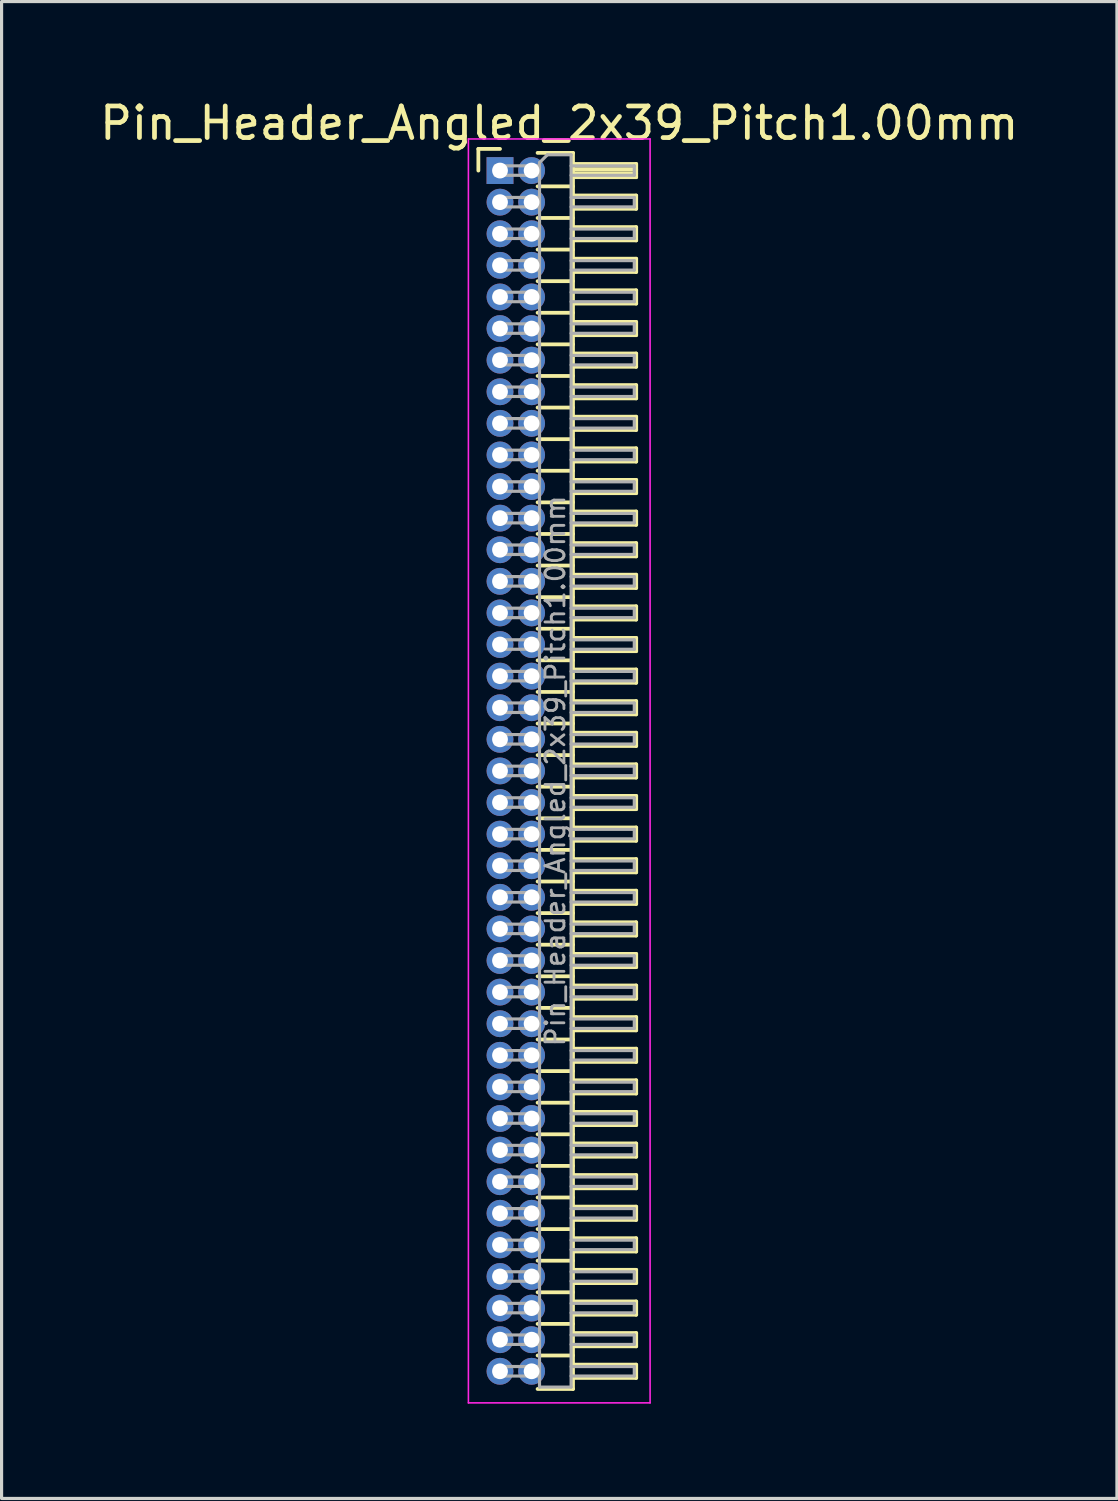
<source format=kicad_pcb>
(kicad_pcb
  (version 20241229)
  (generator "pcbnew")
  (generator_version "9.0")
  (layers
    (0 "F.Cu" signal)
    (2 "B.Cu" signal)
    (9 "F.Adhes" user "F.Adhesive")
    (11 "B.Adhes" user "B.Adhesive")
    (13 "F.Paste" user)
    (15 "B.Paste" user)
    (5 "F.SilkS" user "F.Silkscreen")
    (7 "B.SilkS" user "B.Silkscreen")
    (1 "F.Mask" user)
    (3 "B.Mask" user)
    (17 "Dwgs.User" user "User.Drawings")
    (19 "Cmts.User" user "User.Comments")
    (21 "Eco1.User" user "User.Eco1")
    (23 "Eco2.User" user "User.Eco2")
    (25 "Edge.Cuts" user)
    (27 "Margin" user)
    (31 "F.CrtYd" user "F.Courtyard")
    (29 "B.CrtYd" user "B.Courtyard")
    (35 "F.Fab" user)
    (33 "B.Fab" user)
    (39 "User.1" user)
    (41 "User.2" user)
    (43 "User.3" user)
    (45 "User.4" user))
  (footprint "Pin_Header_Angled_2x39_Pitch1.00mm"
    (layer "F.Cu")
    (at 12.774 2.348)
    (property "Reference" "Pin_Header_Angled_2x39_Pitch1.00mm" (at 1.875 -1.5 0) (layer "F.SilkS") (effects (font (size 1 1) (thickness 0.15))))
    (attr through_hole)
    (fp_line (start -0.685 -0.685) (end 0 -0.685) (stroke (width 0.12) (type solid)) (layer "F.SilkS"))
    (fp_line (start -0.685 0) (end -0.685 -0.685) (stroke (width 0.12) (type solid)) (layer "F.SilkS"))
    (fp_line (start 1.19 -0.56) (end 2.31 -0.56) (stroke (width 0.12) (type solid)) (layer "F.SilkS"))
    (fp_line (start 1.19 0.5) (end 2.31 0.5) (stroke (width 0.12) (type solid)) (layer "F.SilkS"))
    (fp_line (start 1.19 1.5) (end 2.31 1.5) (stroke (width 0.12) (type solid)) (layer "F.SilkS"))
    (fp_line (start 1.19 2.5) (end 2.31 2.5) (stroke (width 0.12) (type solid)) (layer "F.SilkS"))
    (fp_line (start 1.19 3.5) (end 2.31 3.5) (stroke (width 0.12) (type solid)) (layer "F.SilkS"))
    (fp_line (start 1.19 4.5) (end 2.31 4.5) (stroke (width 0.12) (type solid)) (layer "F.SilkS"))
    (fp_line (start 1.19 5.5) (end 2.31 5.5) (stroke (width 0.12) (type solid)) (layer "F.SilkS"))
    (fp_line (start 1.19 6.5) (end 2.31 6.5) (stroke (width 0.12) (type solid)) (layer "F.SilkS"))
    (fp_line (start 1.19 7.5) (end 2.31 7.5) (stroke (width 0.12) (type solid)) (layer "F.SilkS"))
    (fp_line (start 1.19 8.5) (end 2.31 8.5) (stroke (width 0.12) (type solid)) (layer "F.SilkS"))
    (fp_line (start 1.19 9.5) (end 2.31 9.5) (stroke (width 0.12) (type solid)) (layer "F.SilkS"))
    (fp_line (start 1.19 10.5) (end 2.31 10.5) (stroke (width 0.12) (type solid)) (layer "F.SilkS"))
    (fp_line (start 1.19 11.5) (end 2.31 11.5) (stroke (width 0.12) (type solid)) (layer "F.SilkS"))
    (fp_line (start 1.19 12.5) (end 2.31 12.5) (stroke (width 0.12) (type solid)) (layer "F.SilkS"))
    (fp_line (start 1.19 13.5) (end 2.31 13.5) (stroke (width 0.12) (type solid)) (layer "F.SilkS"))
    (fp_line (start 1.19 14.5) (end 2.31 14.5) (stroke (width 0.12) (type solid)) (layer "F.SilkS"))
    (fp_line (start 1.19 15.5) (end 2.31 15.5) (stroke (width 0.12) (type solid)) (layer "F.SilkS"))
    (fp_line (start 1.19 16.5) (end 2.31 16.5) (stroke (width 0.12) (type solid)) (layer "F.SilkS"))
    (fp_line (start 1.19 17.5) (end 2.31 17.5) (stroke (width 0.12) (type solid)) (layer "F.SilkS"))
    (fp_line (start 1.19 18.5) (end 2.31 18.5) (stroke (width 0.12) (type solid)) (layer "F.SilkS"))
    (fp_line (start 1.19 19.5) (end 2.31 19.5) (stroke (width 0.12) (type solid)) (layer "F.SilkS"))
    (fp_line (start 1.19 20.5) (end 2.31 20.5) (stroke (width 0.12) (type solid)) (layer "F.SilkS"))
    (fp_line (start 1.19 21.5) (end 2.31 21.5) (stroke (width 0.12) (type solid)) (layer "F.SilkS"))
    (fp_line (start 1.19 22.5) (end 2.31 22.5) (stroke (width 0.12) (type solid)) (layer "F.SilkS"))
    (fp_line (start 1.19 23.5) (end 2.31 23.5) (stroke (width 0.12) (type solid)) (layer "F.SilkS"))
    (fp_line (start 1.19 24.5) (end 2.31 24.5) (stroke (width 0.12) (type solid)) (layer "F.SilkS"))
    (fp_line (start 1.19 25.5) (end 2.31 25.5) (stroke (width 0.12) (type solid)) (layer "F.SilkS"))
    (fp_line (start 1.19 26.5) (end 2.31 26.5) (stroke (width 0.12) (type solid)) (layer "F.SilkS"))
    (fp_line (start 1.19 27.5) (end 2.31 27.5) (stroke (width 0.12) (type solid)) (layer "F.SilkS"))
    (fp_line (start 1.19 28.5) (end 2.31 28.5) (stroke (width 0.12) (type solid)) (layer "F.SilkS"))
    (fp_line (start 1.19 29.5) (end 2.31 29.5) (stroke (width 0.12) (type solid)) (layer "F.SilkS"))
    (fp_line (start 1.19 30.5) (end 2.31 30.5) (stroke (width 0.12) (type solid)) (layer "F.SilkS"))
    (fp_line (start 1.19 31.5) (end 2.31 31.5) (stroke (width 0.12) (type solid)) (layer "F.SilkS"))
    (fp_line (start 1.19 32.5) (end 2.31 32.5) (stroke (width 0.12) (type solid)) (layer "F.SilkS"))
    (fp_line (start 1.19 33.5) (end 2.31 33.5) (stroke (width 0.12) (type solid)) (layer "F.SilkS"))
    (fp_line (start 1.19 34.5) (end 2.31 34.5) (stroke (width 0.12) (type solid)) (layer "F.SilkS"))
    (fp_line (start 1.19 35.5) (end 2.31 35.5) (stroke (width 0.12) (type solid)) (layer "F.SilkS"))
    (fp_line (start 1.19 36.5) (end 2.31 36.5) (stroke (width 0.12) (type solid)) (layer "F.SilkS"))
    (fp_line (start 1.19 37.5) (end 2.31 37.5) (stroke (width 0.12) (type solid)) (layer "F.SilkS"))
    (fp_line (start 2.31 -0.56) (end 2.31 38.56) (stroke (width 0.12) (type solid)) (layer "F.SilkS"))
    (fp_line (start 2.31 -0.21) (end 4.31 -0.21) (stroke (width 0.12) (type solid)) (layer "F.SilkS"))
    (fp_line (start 2.31 -0.15) (end 4.31 -0.15) (stroke (width 0.12) (type solid)) (layer "F.SilkS"))
    (fp_line (start 2.31 -0.03) (end 4.31 -0.03) (stroke (width 0.12) (type solid)) (layer "F.SilkS"))
    (fp_line (start 2.31 0.09) (end 4.31 0.09) (stroke (width 0.12) (type solid)) (layer "F.SilkS"))
    (fp_line (start 2.31 0.79) (end 4.31 0.79) (stroke (width 0.12) (type solid)) (layer "F.SilkS"))
    (fp_line (start 2.31 1.79) (end 4.31 1.79) (stroke (width 0.12) (type solid)) (layer "F.SilkS"))
    (fp_line (start 2.31 2.79) (end 4.31 2.79) (stroke (width 0.12) (type solid)) (layer "F.SilkS"))
    (fp_line (start 2.31 3.79) (end 4.31 3.79) (stroke (width 0.12) (type solid)) (layer "F.SilkS"))
    (fp_line (start 2.31 4.79) (end 4.31 4.79) (stroke (width 0.12) (type solid)) (layer "F.SilkS"))
    (fp_line (start 2.31 5.79) (end 4.31 5.79) (stroke (width 0.12) (type solid)) (layer "F.SilkS"))
    (fp_line (start 2.31 6.79) (end 4.31 6.79) (stroke (width 0.12) (type solid)) (layer "F.SilkS"))
    (fp_line (start 2.31 7.79) (end 4.31 7.79) (stroke (width 0.12) (type solid)) (layer "F.SilkS"))
    (fp_line (start 2.31 8.79) (end 4.31 8.79) (stroke (width 0.12) (type solid)) (layer "F.SilkS"))
    (fp_line (start 2.31 9.79) (end 4.31 9.79) (stroke (width 0.12) (type solid)) (layer "F.SilkS"))
    (fp_line (start 2.31 10.79) (end 4.31 10.79) (stroke (width 0.12) (type solid)) (layer "F.SilkS"))
    (fp_line (start 2.31 11.79) (end 4.31 11.79) (stroke (width 0.12) (type solid)) (layer "F.SilkS"))
    (fp_line (start 2.31 12.79) (end 4.31 12.79) (stroke (width 0.12) (type solid)) (layer "F.SilkS"))
    (fp_line (start 2.31 13.79) (end 4.31 13.79) (stroke (width 0.12) (type solid)) (layer "F.SilkS"))
    (fp_line (start 2.31 14.79) (end 4.31 14.79) (stroke (width 0.12) (type solid)) (layer "F.SilkS"))
    (fp_line (start 2.31 15.79) (end 4.31 15.79) (stroke (width 0.12) (type solid)) (layer "F.SilkS"))
    (fp_line (start 2.31 16.79) (end 4.31 16.79) (stroke (width 0.12) (type solid)) (layer "F.SilkS"))
    (fp_line (start 2.31 17.79) (end 4.31 17.79) (stroke (width 0.12) (type solid)) (layer "F.SilkS"))
    (fp_line (start 2.31 18.79) (end 4.31 18.79) (stroke (width 0.12) (type solid)) (layer "F.SilkS"))
    (fp_line (start 2.31 19.79) (end 4.31 19.79) (stroke (width 0.12) (type solid)) (layer "F.SilkS"))
    (fp_line (start 2.31 20.79) (end 4.31 20.79) (stroke (width 0.12) (type solid)) (layer "F.SilkS"))
    (fp_line (start 2.31 21.79) (end 4.31 21.79) (stroke (width 0.12) (type solid)) (layer "F.SilkS"))
    (fp_line (start 2.31 22.79) (end 4.31 22.79) (stroke (width 0.12) (type solid)) (layer "F.SilkS"))
    (fp_line (start 2.31 23.79) (end 4.31 23.79) (stroke (width 0.12) (type solid)) (layer "F.SilkS"))
    (fp_line (start 2.31 24.79) (end 4.31 24.79) (stroke (width 0.12) (type solid)) (layer "F.SilkS"))
    (fp_line (start 2.31 25.79) (end 4.31 25.79) (stroke (width 0.12) (type solid)) (layer "F.SilkS"))
    (fp_line (start 2.31 26.79) (end 4.31 26.79) (stroke (width 0.12) (type solid)) (layer "F.SilkS"))
    (fp_line (start 2.31 27.79) (end 4.31 27.79) (stroke (width 0.12) (type solid)) (layer "F.SilkS"))
    (fp_line (start 2.31 28.79) (end 4.31 28.79) (stroke (width 0.12) (type solid)) (layer "F.SilkS"))
    (fp_line (start 2.31 29.79) (end 4.31 29.79) (stroke (width 0.12) (type solid)) (layer "F.SilkS"))
    (fp_line (start 2.31 30.79) (end 4.31 30.79) (stroke (width 0.12) (type solid)) (layer "F.SilkS"))
    (fp_line (start 2.31 31.79) (end 4.31 31.79) (stroke (width 0.12) (type solid)) (layer "F.SilkS"))
    (fp_line (start 2.31 32.79) (end 4.31 32.79) (stroke (width 0.12) (type solid)) (layer "F.SilkS"))
    (fp_line (start 2.31 33.79) (end 4.31 33.79) (stroke (width 0.12) (type solid)) (layer "F.SilkS"))
    (fp_line (start 2.31 34.79) (end 4.31 34.79) (stroke (width 0.12) (type solid)) (layer "F.SilkS"))
    (fp_line (start 2.31 35.79) (end 4.31 35.79) (stroke (width 0.12) (type solid)) (layer "F.SilkS"))
    (fp_line (start 2.31 36.79) (end 4.31 36.79) (stroke (width 0.12) (type solid)) (layer "F.SilkS"))
    (fp_line (start 2.31 37.79) (end 4.31 37.79) (stroke (width 0.12) (type solid)) (layer "F.SilkS"))
    (fp_line (start 2.31 38.56) (end 1.19 38.56) (stroke (width 0.12) (type solid)) (layer "F.SilkS"))
    (fp_line (start 4.31 -0.21) (end 4.31 0.21) (stroke (width 0.12) (type solid)) (layer "F.SilkS"))
    (fp_line (start 4.31 0.21) (end 2.31 0.21) (stroke (width 0.12) (type solid)) (layer "F.SilkS"))
    (fp_line (start 4.31 0.79) (end 4.31 1.21) (stroke (width 0.12) (type solid)) (layer "F.SilkS"))
    (fp_line (start 4.31 1.21) (end 2.31 1.21) (stroke (width 0.12) (type solid)) (layer "F.SilkS"))
    (fp_line (start 4.31 1.79) (end 4.31 2.21) (stroke (width 0.12) (type solid)) (layer "F.SilkS"))
    (fp_line (start 4.31 2.21) (end 2.31 2.21) (stroke (width 0.12) (type solid)) (layer "F.SilkS"))
    (fp_line (start 4.31 2.79) (end 4.31 3.21) (stroke (width 0.12) (type solid)) (layer "F.SilkS"))
    (fp_line (start 4.31 3.21) (end 2.31 3.21) (stroke (width 0.12) (type solid)) (layer "F.SilkS"))
    (fp_line (start 4.31 3.79) (end 4.31 4.21) (stroke (width 0.12) (type solid)) (layer "F.SilkS"))
    (fp_line (start 4.31 4.21) (end 2.31 4.21) (stroke (width 0.12) (type solid)) (layer "F.SilkS"))
    (fp_line (start 4.31 4.79) (end 4.31 5.21) (stroke (width 0.12) (type solid)) (layer "F.SilkS"))
    (fp_line (start 4.31 5.21) (end 2.31 5.21) (stroke (width 0.12) (type solid)) (layer "F.SilkS"))
    (fp_line (start 4.31 5.79) (end 4.31 6.21) (stroke (width 0.12) (type solid)) (layer "F.SilkS"))
    (fp_line (start 4.31 6.21) (end 2.31 6.21) (stroke (width 0.12) (type solid)) (layer "F.SilkS"))
    (fp_line (start 4.31 6.79) (end 4.31 7.21) (stroke (width 0.12) (type solid)) (layer "F.SilkS"))
    (fp_line (start 4.31 7.21) (end 2.31 7.21) (stroke (width 0.12) (type solid)) (layer "F.SilkS"))
    (fp_line (start 4.31 7.79) (end 4.31 8.21) (stroke (width 0.12) (type solid)) (layer "F.SilkS"))
    (fp_line (start 4.31 8.21) (end 2.31 8.21) (stroke (width 0.12) (type solid)) (layer "F.SilkS"))
    (fp_line (start 4.31 8.79) (end 4.31 9.21) (stroke (width 0.12) (type solid)) (layer "F.SilkS"))
    (fp_line (start 4.31 9.21) (end 2.31 9.21) (stroke (width 0.12) (type solid)) (layer "F.SilkS"))
    (fp_line (start 4.31 9.79) (end 4.31 10.21) (stroke (width 0.12) (type solid)) (layer "F.SilkS"))
    (fp_line (start 4.31 10.21) (end 2.31 10.21) (stroke (width 0.12) (type solid)) (layer "F.SilkS"))
    (fp_line (start 4.31 10.79) (end 4.31 11.21) (stroke (width 0.12) (type solid)) (layer "F.SilkS"))
    (fp_line (start 4.31 11.21) (end 2.31 11.21) (stroke (width 0.12) (type solid)) (layer "F.SilkS"))
    (fp_line (start 4.31 11.79) (end 4.31 12.21) (stroke (width 0.12) (type solid)) (layer "F.SilkS"))
    (fp_line (start 4.31 12.21) (end 2.31 12.21) (stroke (width 0.12) (type solid)) (layer "F.SilkS"))
    (fp_line (start 4.31 12.79) (end 4.31 13.21) (stroke (width 0.12) (type solid)) (layer "F.SilkS"))
    (fp_line (start 4.31 13.21) (end 2.31 13.21) (stroke (width 0.12) (type solid)) (layer "F.SilkS"))
    (fp_line (start 4.31 13.79) (end 4.31 14.21) (stroke (width 0.12) (type solid)) (layer "F.SilkS"))
    (fp_line (start 4.31 14.21) (end 2.31 14.21) (stroke (width 0.12) (type solid)) (layer "F.SilkS"))
    (fp_line (start 4.31 14.79) (end 4.31 15.21) (stroke (width 0.12) (type solid)) (layer "F.SilkS"))
    (fp_line (start 4.31 15.21) (end 2.31 15.21) (stroke (width 0.12) (type solid)) (layer "F.SilkS"))
    (fp_line (start 4.31 15.79) (end 4.31 16.21) (stroke (width 0.12) (type solid)) (layer "F.SilkS"))
    (fp_line (start 4.31 16.21) (end 2.31 16.21) (stroke (width 0.12) (type solid)) (layer "F.SilkS"))
    (fp_line (start 4.31 16.79) (end 4.31 17.21) (stroke (width 0.12) (type solid)) (layer "F.SilkS"))
    (fp_line (start 4.31 17.21) (end 2.31 17.21) (stroke (width 0.12) (type solid)) (layer "F.SilkS"))
    (fp_line (start 4.31 17.79) (end 4.31 18.21) (stroke (width 0.12) (type solid)) (layer "F.SilkS"))
    (fp_line (start 4.31 18.21) (end 2.31 18.21) (stroke (width 0.12) (type solid)) (layer "F.SilkS"))
    (fp_line (start 4.31 18.79) (end 4.31 19.21) (stroke (width 0.12) (type solid)) (layer "F.SilkS"))
    (fp_line (start 4.31 19.21) (end 2.31 19.21) (stroke (width 0.12) (type solid)) (layer "F.SilkS"))
    (fp_line (start 4.31 19.79) (end 4.31 20.21) (stroke (width 0.12) (type solid)) (layer "F.SilkS"))
    (fp_line (start 4.31 20.21) (end 2.31 20.21) (stroke (width 0.12) (type solid)) (layer "F.SilkS"))
    (fp_line (start 4.31 20.79) (end 4.31 21.21) (stroke (width 0.12) (type solid)) (layer "F.SilkS"))
    (fp_line (start 4.31 21.21) (end 2.31 21.21) (stroke (width 0.12) (type solid)) (layer "F.SilkS"))
    (fp_line (start 4.31 21.79) (end 4.31 22.21) (stroke (width 0.12) (type solid)) (layer "F.SilkS"))
    (fp_line (start 4.31 22.21) (end 2.31 22.21) (stroke (width 0.12) (type solid)) (layer "F.SilkS"))
    (fp_line (start 4.31 22.79) (end 4.31 23.21) (stroke (width 0.12) (type solid)) (layer "F.SilkS"))
    (fp_line (start 4.31 23.21) (end 2.31 23.21) (stroke (width 0.12) (type solid)) (layer "F.SilkS"))
    (fp_line (start 4.31 23.79) (end 4.31 24.21) (stroke (width 0.12) (type solid)) (layer "F.SilkS"))
    (fp_line (start 4.31 24.21) (end 2.31 24.21) (stroke (width 0.12) (type solid)) (layer "F.SilkS"))
    (fp_line (start 4.31 24.79) (end 4.31 25.21) (stroke (width 0.12) (type solid)) (layer "F.SilkS"))
    (fp_line (start 4.31 25.21) (end 2.31 25.21) (stroke (width 0.12) (type solid)) (layer "F.SilkS"))
    (fp_line (start 4.31 25.79) (end 4.31 26.21) (stroke (width 0.12) (type solid)) (layer "F.SilkS"))
    (fp_line (start 4.31 26.21) (end 2.31 26.21) (stroke (width 0.12) (type solid)) (layer "F.SilkS"))
    (fp_line (start 4.31 26.79) (end 4.31 27.21) (stroke (width 0.12) (type solid)) (layer "F.SilkS"))
    (fp_line (start 4.31 27.21) (end 2.31 27.21) (stroke (width 0.12) (type solid)) (layer "F.SilkS"))
    (fp_line (start 4.31 27.79) (end 4.31 28.21) (stroke (width 0.12) (type solid)) (layer "F.SilkS"))
    (fp_line (start 4.31 28.21) (end 2.31 28.21) (stroke (width 0.12) (type solid)) (layer "F.SilkS"))
    (fp_line (start 4.31 28.79) (end 4.31 29.21) (stroke (width 0.12) (type solid)) (layer "F.SilkS"))
    (fp_line (start 4.31 29.21) (end 2.31 29.21) (stroke (width 0.12) (type solid)) (layer "F.SilkS"))
    (fp_line (start 4.31 29.79) (end 4.31 30.21) (stroke (width 0.12) (type solid)) (layer "F.SilkS"))
    (fp_line (start 4.31 30.21) (end 2.31 30.21) (stroke (width 0.12) (type solid)) (layer "F.SilkS"))
    (fp_line (start 4.31 30.79) (end 4.31 31.21) (stroke (width 0.12) (type solid)) (layer "F.SilkS"))
    (fp_line (start 4.31 31.21) (end 2.31 31.21) (stroke (width 0.12) (type solid)) (layer "F.SilkS"))
    (fp_line (start 4.31 31.79) (end 4.31 32.21) (stroke (width 0.12) (type solid)) (layer "F.SilkS"))
    (fp_line (start 4.31 32.21) (end 2.31 32.21) (stroke (width 0.12) (type solid)) (layer "F.SilkS"))
    (fp_line (start 4.31 32.79) (end 4.31 33.21) (stroke (width 0.12) (type solid)) (layer "F.SilkS"))
    (fp_line (start 4.31 33.21) (end 2.31 33.21) (stroke (width 0.12) (type solid)) (layer "F.SilkS"))
    (fp_line (start 4.31 33.79) (end 4.31 34.21) (stroke (width 0.12) (type solid)) (layer "F.SilkS"))
    (fp_line (start 4.31 34.21) (end 2.31 34.21) (stroke (width 0.12) (type solid)) (layer "F.SilkS"))
    (fp_line (start 4.31 34.79) (end 4.31 35.21) (stroke (width 0.12) (type solid)) (layer "F.SilkS"))
    (fp_line (start 4.31 35.21) (end 2.31 35.21) (stroke (width 0.12) (type solid)) (layer "F.SilkS"))
    (fp_line (start 4.31 35.79) (end 4.31 36.21) (stroke (width 0.12) (type solid)) (layer "F.SilkS"))
    (fp_line (start 4.31 36.21) (end 2.31 36.21) (stroke (width 0.12) (type solid)) (layer "F.SilkS"))
    (fp_line (start 4.31 36.79) (end 4.31 37.21) (stroke (width 0.12) (type solid)) (layer "F.SilkS"))
    (fp_line (start 4.31 37.21) (end 2.31 37.21) (stroke (width 0.12) (type solid)) (layer "F.SilkS"))
    (fp_line (start 4.31 37.79) (end 4.31 38.21) (stroke (width 0.12) (type solid)) (layer "F.SilkS"))
    (fp_line (start 4.31 38.21) (end 2.31 38.21) (stroke (width 0.12) (type solid)) (layer "F.SilkS"))
    (fp_line (start -1 -1) (end -1 39) (stroke (width 0.05) (type solid)) (layer "F.CrtYd"))
    (fp_line (start -1 39) (end 4.75 39) (stroke (width 0.05) (type solid)) (layer "F.CrtYd"))
    (fp_line (start 4.75 -1) (end -1 -1) (stroke (width 0.05) (type solid)) (layer "F.CrtYd"))
    (fp_line (start 4.75 39) (end 4.75 -1) (stroke (width 0.05) (type solid)) (layer "F.CrtYd"))
    (fp_line (start -0.15 -0.15) (end -0.15 0.15) (stroke (width 0.1) (type solid)) (layer "F.Fab"))
    (fp_line (start -0.15 -0.15) (end 1.25 -0.15) (stroke (width 0.1) (type solid)) (layer "F.Fab"))
    (fp_line (start -0.15 0.15) (end 1.25 0.15) (stroke (width 0.1) (type solid)) (layer "F.Fab"))
    (fp_line (start -0.15 0.85) (end -0.15 1.15) (stroke (width 0.1) (type solid)) (layer "F.Fab"))
    (fp_line (start -0.15 0.85) (end 1.25 0.85) (stroke (width 0.1) (type solid)) (layer "F.Fab"))
    (fp_line (start -0.15 1.15) (end 1.25 1.15) (stroke (width 0.1) (type solid)) (layer "F.Fab"))
    (fp_line (start -0.15 1.85) (end -0.15 2.15) (stroke (width 0.1) (type solid)) (layer "F.Fab"))
    (fp_line (start -0.15 1.85) (end 1.25 1.85) (stroke (width 0.1) (type solid)) (layer "F.Fab"))
    (fp_line (start -0.15 2.15) (end 1.25 2.15) (stroke (width 0.1) (type solid)) (layer "F.Fab"))
    (fp_line (start -0.15 2.85) (end -0.15 3.15) (stroke (width 0.1) (type solid)) (layer "F.Fab"))
    (fp_line (start -0.15 2.85) (end 1.25 2.85) (stroke (width 0.1) (type solid)) (layer "F.Fab"))
    (fp_line (start -0.15 3.15) (end 1.25 3.15) (stroke (width 0.1) (type solid)) (layer "F.Fab"))
    (fp_line (start -0.15 3.85) (end -0.15 4.15) (stroke (width 0.1) (type solid)) (layer "F.Fab"))
    (fp_line (start -0.15 3.85) (end 1.25 3.85) (stroke (width 0.1) (type solid)) (layer "F.Fab"))
    (fp_line (start -0.15 4.15) (end 1.25 4.15) (stroke (width 0.1) (type solid)) (layer "F.Fab"))
    (fp_line (start -0.15 4.85) (end -0.15 5.15) (stroke (width 0.1) (type solid)) (layer "F.Fab"))
    (fp_line (start -0.15 4.85) (end 1.25 4.85) (stroke (width 0.1) (type solid)) (layer "F.Fab"))
    (fp_line (start -0.15 5.15) (end 1.25 5.15) (stroke (width 0.1) (type solid)) (layer "F.Fab"))
    (fp_line (start -0.15 5.85) (end -0.15 6.15) (stroke (width 0.1) (type solid)) (layer "F.Fab"))
    (fp_line (start -0.15 5.85) (end 1.25 5.85) (stroke (width 0.1) (type solid)) (layer "F.Fab"))
    (fp_line (start -0.15 6.15) (end 1.25 6.15) (stroke (width 0.1) (type solid)) (layer "F.Fab"))
    (fp_line (start -0.15 6.85) (end -0.15 7.15) (stroke (width 0.1) (type solid)) (layer "F.Fab"))
    (fp_line (start -0.15 6.85) (end 1.25 6.85) (stroke (width 0.1) (type solid)) (layer "F.Fab"))
    (fp_line (start -0.15 7.15) (end 1.25 7.15) (stroke (width 0.1) (type solid)) (layer "F.Fab"))
    (fp_line (start -0.15 7.85) (end -0.15 8.15) (stroke (width 0.1) (type solid)) (layer "F.Fab"))
    (fp_line (start -0.15 7.85) (end 1.25 7.85) (stroke (width 0.1) (type solid)) (layer "F.Fab"))
    (fp_line (start -0.15 8.15) (end 1.25 8.15) (stroke (width 0.1) (type solid)) (layer "F.Fab"))
    (fp_line (start -0.15 8.85) (end -0.15 9.15) (stroke (width 0.1) (type solid)) (layer "F.Fab"))
    (fp_line (start -0.15 8.85) (end 1.25 8.85) (stroke (width 0.1) (type solid)) (layer "F.Fab"))
    (fp_line (start -0.15 9.15) (end 1.25 9.15) (stroke (width 0.1) (type solid)) (layer "F.Fab"))
    (fp_line (start -0.15 9.85) (end -0.15 10.15) (stroke (width 0.1) (type solid)) (layer "F.Fab"))
    (fp_line (start -0.15 9.85) (end 1.25 9.85) (stroke (width 0.1) (type solid)) (layer "F.Fab"))
    (fp_line (start -0.15 10.15) (end 1.25 10.15) (stroke (width 0.1) (type solid)) (layer "F.Fab"))
    (fp_line (start -0.15 10.85) (end -0.15 11.15) (stroke (width 0.1) (type solid)) (layer "F.Fab"))
    (fp_line (start -0.15 10.85) (end 1.25 10.85) (stroke (width 0.1) (type solid)) (layer "F.Fab"))
    (fp_line (start -0.15 11.15) (end 1.25 11.15) (stroke (width 0.1) (type solid)) (layer "F.Fab"))
    (fp_line (start -0.15 11.85) (end -0.15 12.15) (stroke (width 0.1) (type solid)) (layer "F.Fab"))
    (fp_line (start -0.15 11.85) (end 1.25 11.85) (stroke (width 0.1) (type solid)) (layer "F.Fab"))
    (fp_line (start -0.15 12.15) (end 1.25 12.15) (stroke (width 0.1) (type solid)) (layer "F.Fab"))
    (fp_line (start -0.15 12.85) (end -0.15 13.15) (stroke (width 0.1) (type solid)) (layer "F.Fab"))
    (fp_line (start -0.15 12.85) (end 1.25 12.85) (stroke (width 0.1) (type solid)) (layer "F.Fab"))
    (fp_line (start -0.15 13.15) (end 1.25 13.15) (stroke (width 0.1) (type solid)) (layer "F.Fab"))
    (fp_line (start -0.15 13.85) (end -0.15 14.15) (stroke (width 0.1) (type solid)) (layer "F.Fab"))
    (fp_line (start -0.15 13.85) (end 1.25 13.85) (stroke (width 0.1) (type solid)) (layer "F.Fab"))
    (fp_line (start -0.15 14.15) (end 1.25 14.15) (stroke (width 0.1) (type solid)) (layer "F.Fab"))
    (fp_line (start -0.15 14.85) (end -0.15 15.15) (stroke (width 0.1) (type solid)) (layer "F.Fab"))
    (fp_line (start -0.15 14.85) (end 1.25 14.85) (stroke (width 0.1) (type solid)) (layer "F.Fab"))
    (fp_line (start -0.15 15.15) (end 1.25 15.15) (stroke (width 0.1) (type solid)) (layer "F.Fab"))
    (fp_line (start -0.15 15.85) (end -0.15 16.15) (stroke (width 0.1) (type solid)) (layer "F.Fab"))
    (fp_line (start -0.15 15.85) (end 1.25 15.85) (stroke (width 0.1) (type solid)) (layer "F.Fab"))
    (fp_line (start -0.15 16.15) (end 1.25 16.15) (stroke (width 0.1) (type solid)) (layer "F.Fab"))
    (fp_line (start -0.15 16.85) (end -0.15 17.15) (stroke (width 0.1) (type solid)) (layer "F.Fab"))
    (fp_line (start -0.15 16.85) (end 1.25 16.85) (stroke (width 0.1) (type solid)) (layer "F.Fab"))
    (fp_line (start -0.15 17.15) (end 1.25 17.15) (stroke (width 0.1) (type solid)) (layer "F.Fab"))
    (fp_line (start -0.15 17.85) (end -0.15 18.15) (stroke (width 0.1) (type solid)) (layer "F.Fab"))
    (fp_line (start -0.15 17.85) (end 1.25 17.85) (stroke (width 0.1) (type solid)) (layer "F.Fab"))
    (fp_line (start -0.15 18.15) (end 1.25 18.15) (stroke (width 0.1) (type solid)) (layer "F.Fab"))
    (fp_line (start -0.15 18.85) (end -0.15 19.15) (stroke (width 0.1) (type solid)) (layer "F.Fab"))
    (fp_line (start -0.15 18.85) (end 1.25 18.85) (stroke (width 0.1) (type solid)) (layer "F.Fab"))
    (fp_line (start -0.15 19.15) (end 1.25 19.15) (stroke (width 0.1) (type solid)) (layer "F.Fab"))
    (fp_line (start -0.15 19.85) (end -0.15 20.15) (stroke (width 0.1) (type solid)) (layer "F.Fab"))
    (fp_line (start -0.15 19.85) (end 1.25 19.85) (stroke (width 0.1) (type solid)) (layer "F.Fab"))
    (fp_line (start -0.15 20.15) (end 1.25 20.15) (stroke (width 0.1) (type solid)) (layer "F.Fab"))
    (fp_line (start -0.15 20.85) (end -0.15 21.15) (stroke (width 0.1) (type solid)) (layer "F.Fab"))
    (fp_line (start -0.15 20.85) (end 1.25 20.85) (stroke (width 0.1) (type solid)) (layer "F.Fab"))
    (fp_line (start -0.15 21.15) (end 1.25 21.15) (stroke (width 0.1) (type solid)) (layer "F.Fab"))
    (fp_line (start -0.15 21.85) (end -0.15 22.15) (stroke (width 0.1) (type solid)) (layer "F.Fab"))
    (fp_line (start -0.15 21.85) (end 1.25 21.85) (stroke (width 0.1) (type solid)) (layer "F.Fab"))
    (fp_line (start -0.15 22.15) (end 1.25 22.15) (stroke (width 0.1) (type solid)) (layer "F.Fab"))
    (fp_line (start -0.15 22.85) (end -0.15 23.15) (stroke (width 0.1) (type solid)) (layer "F.Fab"))
    (fp_line (start -0.15 22.85) (end 1.25 22.85) (stroke (width 0.1) (type solid)) (layer "F.Fab"))
    (fp_line (start -0.15 23.15) (end 1.25 23.15) (stroke (width 0.1) (type solid)) (layer "F.Fab"))
    (fp_line (start -0.15 23.85) (end -0.15 24.15) (stroke (width 0.1) (type solid)) (layer "F.Fab"))
    (fp_line (start -0.15 23.85) (end 1.25 23.85) (stroke (width 0.1) (type solid)) (layer "F.Fab"))
    (fp_line (start -0.15 24.15) (end 1.25 24.15) (stroke (width 0.1) (type solid)) (layer "F.Fab"))
    (fp_line (start -0.15 24.85) (end -0.15 25.15) (stroke (width 0.1) (type solid)) (layer "F.Fab"))
    (fp_line (start -0.15 24.85) (end 1.25 24.85) (stroke (width 0.1) (type solid)) (layer "F.Fab"))
    (fp_line (start -0.15 25.15) (end 1.25 25.15) (stroke (width 0.1) (type solid)) (layer "F.Fab"))
    (fp_line (start -0.15 25.85) (end -0.15 26.15) (stroke (width 0.1) (type solid)) (layer "F.Fab"))
    (fp_line (start -0.15 25.85) (end 1.25 25.85) (stroke (width 0.1) (type solid)) (layer "F.Fab"))
    (fp_line (start -0.15 26.15) (end 1.25 26.15) (stroke (width 0.1) (type solid)) (layer "F.Fab"))
    (fp_line (start -0.15 26.85) (end -0.15 27.15) (stroke (width 0.1) (type solid)) (layer "F.Fab"))
    (fp_line (start -0.15 26.85) (end 1.25 26.85) (stroke (width 0.1) (type solid)) (layer "F.Fab"))
    (fp_line (start -0.15 27.15) (end 1.25 27.15) (stroke (width 0.1) (type solid)) (layer "F.Fab"))
    (fp_line (start -0.15 27.85) (end -0.15 28.15) (stroke (width 0.1) (type solid)) (layer "F.Fab"))
    (fp_line (start -0.15 27.85) (end 1.25 27.85) (stroke (width 0.1) (type solid)) (layer "F.Fab"))
    (fp_line (start -0.15 28.15) (end 1.25 28.15) (stroke (width 0.1) (type solid)) (layer "F.Fab"))
    (fp_line (start -0.15 28.85) (end -0.15 29.15) (stroke (width 0.1) (type solid)) (layer "F.Fab"))
    (fp_line (start -0.15 28.85) (end 1.25 28.85) (stroke (width 0.1) (type solid)) (layer "F.Fab"))
    (fp_line (start -0.15 29.15) (end 1.25 29.15) (stroke (width 0.1) (type solid)) (layer "F.Fab"))
    (fp_line (start -0.15 29.85) (end -0.15 30.15) (stroke (width 0.1) (type solid)) (layer "F.Fab"))
    (fp_line (start -0.15 29.85) (end 1.25 29.85) (stroke (width 0.1) (type solid)) (layer "F.Fab"))
    (fp_line (start -0.15 30.15) (end 1.25 30.15) (stroke (width 0.1) (type solid)) (layer "F.Fab"))
    (fp_line (start -0.15 30.85) (end -0.15 31.15) (stroke (width 0.1) (type solid)) (layer "F.Fab"))
    (fp_line (start -0.15 30.85) (end 1.25 30.85) (stroke (width 0.1) (type solid)) (layer "F.Fab"))
    (fp_line (start -0.15 31.15) (end 1.25 31.15) (stroke (width 0.1) (type solid)) (layer "F.Fab"))
    (fp_line (start -0.15 31.85) (end -0.15 32.15) (stroke (width 0.1) (type solid)) (layer "F.Fab"))
    (fp_line (start -0.15 31.85) (end 1.25 31.85) (stroke (width 0.1) (type solid)) (layer "F.Fab"))
    (fp_line (start -0.15 32.15) (end 1.25 32.15) (stroke (width 0.1) (type solid)) (layer "F.Fab"))
    (fp_line (start -0.15 32.85) (end -0.15 33.15) (stroke (width 0.1) (type solid)) (layer "F.Fab"))
    (fp_line (start -0.15 32.85) (end 1.25 32.85) (stroke (width 0.1) (type solid)) (layer "F.Fab"))
    (fp_line (start -0.15 33.15) (end 1.25 33.15) (stroke (width 0.1) (type solid)) (layer "F.Fab"))
    (fp_line (start -0.15 33.85) (end -0.15 34.15) (stroke (width 0.1) (type solid)) (layer "F.Fab"))
    (fp_line (start -0.15 33.85) (end 1.25 33.85) (stroke (width 0.1) (type solid)) (layer "F.Fab"))
    (fp_line (start -0.15 34.15) (end 1.25 34.15) (stroke (width 0.1) (type solid)) (layer "F.Fab"))
    (fp_line (start -0.15 34.85) (end -0.15 35.15) (stroke (width 0.1) (type solid)) (layer "F.Fab"))
    (fp_line (start -0.15 34.85) (end 1.25 34.85) (stroke (width 0.1) (type solid)) (layer "F.Fab"))
    (fp_line (start -0.15 35.15) (end 1.25 35.15) (stroke (width 0.1) (type solid)) (layer "F.Fab"))
    (fp_line (start -0.15 35.85) (end -0.15 36.15) (stroke (width 0.1) (type solid)) (layer "F.Fab"))
    (fp_line (start -0.15 35.85) (end 1.25 35.85) (stroke (width 0.1) (type solid)) (layer "F.Fab"))
    (fp_line (start -0.15 36.15) (end 1.25 36.15) (stroke (width 0.1) (type solid)) (layer "F.Fab"))
    (fp_line (start -0.15 36.85) (end -0.15 37.15) (stroke (width 0.1) (type solid)) (layer "F.Fab"))
    (fp_line (start -0.15 36.85) (end 1.25 36.85) (stroke (width 0.1) (type solid)) (layer "F.Fab"))
    (fp_line (start -0.15 37.15) (end 1.25 37.15) (stroke (width 0.1) (type solid)) (layer "F.Fab"))
    (fp_line (start -0.15 37.85) (end -0.15 38.15) (stroke (width 0.1) (type solid)) (layer "F.Fab"))
    (fp_line (start -0.15 37.85) (end 1.25 37.85) (stroke (width 0.1) (type solid)) (layer "F.Fab"))
    (fp_line (start -0.15 38.15) (end 1.25 38.15) (stroke (width 0.1) (type solid)) (layer "F.Fab"))
    (fp_line (start 1.25 -0.25) (end 1.5 -0.5) (stroke (width 0.1) (type solid)) (layer "F.Fab"))
    (fp_line (start 1.25 38.5) (end 1.25 -0.25) (stroke (width 0.1) (type solid)) (layer "F.Fab"))
    (fp_line (start 1.5 -0.5) (end 2.25 -0.5) (stroke (width 0.1) (type solid)) (layer "F.Fab"))
    (fp_line (start 2.25 -0.5) (end 2.25 38.5) (stroke (width 0.1) (type solid)) (layer "F.Fab"))
    (fp_line (start 2.25 -0.15) (end 4.25 -0.15) (stroke (width 0.1) (type solid)) (layer "F.Fab"))
    (fp_line (start 2.25 0.15) (end 4.25 0.15) (stroke (width 0.1) (type solid)) (layer "F.Fab"))
    (fp_line (start 2.25 0.85) (end 4.25 0.85) (stroke (width 0.1) (type solid)) (layer "F.Fab"))
    (fp_line (start 2.25 1.15) (end 4.25 1.15) (stroke (width 0.1) (type solid)) (layer "F.Fab"))
    (fp_line (start 2.25 1.85) (end 4.25 1.85) (stroke (width 0.1) (type solid)) (layer "F.Fab"))
    (fp_line (start 2.25 2.15) (end 4.25 2.15) (stroke (width 0.1) (type solid)) (layer "F.Fab"))
    (fp_line (start 2.25 2.85) (end 4.25 2.85) (stroke (width 0.1) (type solid)) (layer "F.Fab"))
    (fp_line (start 2.25 3.15) (end 4.25 3.15) (stroke (width 0.1) (type solid)) (layer "F.Fab"))
    (fp_line (start 2.25 3.85) (end 4.25 3.85) (stroke (width 0.1) (type solid)) (layer "F.Fab"))
    (fp_line (start 2.25 4.15) (end 4.25 4.15) (stroke (width 0.1) (type solid)) (layer "F.Fab"))
    (fp_line (start 2.25 4.85) (end 4.25 4.85) (stroke (width 0.1) (type solid)) (layer "F.Fab"))
    (fp_line (start 2.25 5.15) (end 4.25 5.15) (stroke (width 0.1) (type solid)) (layer "F.Fab"))
    (fp_line (start 2.25 5.85) (end 4.25 5.85) (stroke (width 0.1) (type solid)) (layer "F.Fab"))
    (fp_line (start 2.25 6.15) (end 4.25 6.15) (stroke (width 0.1) (type solid)) (layer "F.Fab"))
    (fp_line (start 2.25 6.85) (end 4.25 6.85) (stroke (width 0.1) (type solid)) (layer "F.Fab"))
    (fp_line (start 2.25 7.15) (end 4.25 7.15) (stroke (width 0.1) (type solid)) (layer "F.Fab"))
    (fp_line (start 2.25 7.85) (end 4.25 7.85) (stroke (width 0.1) (type solid)) (layer "F.Fab"))
    (fp_line (start 2.25 8.15) (end 4.25 8.15) (stroke (width 0.1) (type solid)) (layer "F.Fab"))
    (fp_line (start 2.25 8.85) (end 4.25 8.85) (stroke (width 0.1) (type solid)) (layer "F.Fab"))
    (fp_line (start 2.25 9.15) (end 4.25 9.15) (stroke (width 0.1) (type solid)) (layer "F.Fab"))
    (fp_line (start 2.25 9.85) (end 4.25 9.85) (stroke (width 0.1) (type solid)) (layer "F.Fab"))
    (fp_line (start 2.25 10.15) (end 4.25 10.15) (stroke (width 0.1) (type solid)) (layer "F.Fab"))
    (fp_line (start 2.25 10.85) (end 4.25 10.85) (stroke (width 0.1) (type solid)) (layer "F.Fab"))
    (fp_line (start 2.25 11.15) (end 4.25 11.15) (stroke (width 0.1) (type solid)) (layer "F.Fab"))
    (fp_line (start 2.25 11.85) (end 4.25 11.85) (stroke (width 0.1) (type solid)) (layer "F.Fab"))
    (fp_line (start 2.25 12.15) (end 4.25 12.15) (stroke (width 0.1) (type solid)) (layer "F.Fab"))
    (fp_line (start 2.25 12.85) (end 4.25 12.85) (stroke (width 0.1) (type solid)) (layer "F.Fab"))
    (fp_line (start 2.25 13.15) (end 4.25 13.15) (stroke (width 0.1) (type solid)) (layer "F.Fab"))
    (fp_line (start 2.25 13.85) (end 4.25 13.85) (stroke (width 0.1) (type solid)) (layer "F.Fab"))
    (fp_line (start 2.25 14.15) (end 4.25 14.15) (stroke (width 0.1) (type solid)) (layer "F.Fab"))
    (fp_line (start 2.25 14.85) (end 4.25 14.85) (stroke (width 0.1) (type solid)) (layer "F.Fab"))
    (fp_line (start 2.25 15.15) (end 4.25 15.15) (stroke (width 0.1) (type solid)) (layer "F.Fab"))
    (fp_line (start 2.25 15.85) (end 4.25 15.85) (stroke (width 0.1) (type solid)) (layer "F.Fab"))
    (fp_line (start 2.25 16.15) (end 4.25 16.15) (stroke (width 0.1) (type solid)) (layer "F.Fab"))
    (fp_line (start 2.25 16.85) (end 4.25 16.85) (stroke (width 0.1) (type solid)) (layer "F.Fab"))
    (fp_line (start 2.25 17.15) (end 4.25 17.15) (stroke (width 0.1) (type solid)) (layer "F.Fab"))
    (fp_line (start 2.25 17.85) (end 4.25 17.85) (stroke (width 0.1) (type solid)) (layer "F.Fab"))
    (fp_line (start 2.25 18.15) (end 4.25 18.15) (stroke (width 0.1) (type solid)) (layer "F.Fab"))
    (fp_line (start 2.25 18.85) (end 4.25 18.85) (stroke (width 0.1) (type solid)) (layer "F.Fab"))
    (fp_line (start 2.25 19.15) (end 4.25 19.15) (stroke (width 0.1) (type solid)) (layer "F.Fab"))
    (fp_line (start 2.25 19.85) (end 4.25 19.85) (stroke (width 0.1) (type solid)) (layer "F.Fab"))
    (fp_line (start 2.25 20.15) (end 4.25 20.15) (stroke (width 0.1) (type solid)) (layer "F.Fab"))
    (fp_line (start 2.25 20.85) (end 4.25 20.85) (stroke (width 0.1) (type solid)) (layer "F.Fab"))
    (fp_line (start 2.25 21.15) (end 4.25 21.15) (stroke (width 0.1) (type solid)) (layer "F.Fab"))
    (fp_line (start 2.25 21.85) (end 4.25 21.85) (stroke (width 0.1) (type solid)) (layer "F.Fab"))
    (fp_line (start 2.25 22.15) (end 4.25 22.15) (stroke (width 0.1) (type solid)) (layer "F.Fab"))
    (fp_line (start 2.25 22.85) (end 4.25 22.85) (stroke (width 0.1) (type solid)) (layer "F.Fab"))
    (fp_line (start 2.25 23.15) (end 4.25 23.15) (stroke (width 0.1) (type solid)) (layer "F.Fab"))
    (fp_line (start 2.25 23.85) (end 4.25 23.85) (stroke (width 0.1) (type solid)) (layer "F.Fab"))
    (fp_line (start 2.25 24.15) (end 4.25 24.15) (stroke (width 0.1) (type solid)) (layer "F.Fab"))
    (fp_line (start 2.25 24.85) (end 4.25 24.85) (stroke (width 0.1) (type solid)) (layer "F.Fab"))
    (fp_line (start 2.25 25.15) (end 4.25 25.15) (stroke (width 0.1) (type solid)) (layer "F.Fab"))
    (fp_line (start 2.25 25.85) (end 4.25 25.85) (stroke (width 0.1) (type solid)) (layer "F.Fab"))
    (fp_line (start 2.25 26.15) (end 4.25 26.15) (stroke (width 0.1) (type solid)) (layer "F.Fab"))
    (fp_line (start 2.25 26.85) (end 4.25 26.85) (stroke (width 0.1) (type solid)) (layer "F.Fab"))
    (fp_line (start 2.25 27.15) (end 4.25 27.15) (stroke (width 0.1) (type solid)) (layer "F.Fab"))
    (fp_line (start 2.25 27.85) (end 4.25 27.85) (stroke (width 0.1) (type solid)) (layer "F.Fab"))
    (fp_line (start 2.25 28.15) (end 4.25 28.15) (stroke (width 0.1) (type solid)) (layer "F.Fab"))
    (fp_line (start 2.25 28.85) (end 4.25 28.85) (stroke (width 0.1) (type solid)) (layer "F.Fab"))
    (fp_line (start 2.25 29.15) (end 4.25 29.15) (stroke (width 0.1) (type solid)) (layer "F.Fab"))
    (fp_line (start 2.25 29.85) (end 4.25 29.85) (stroke (width 0.1) (type solid)) (layer "F.Fab"))
    (fp_line (start 2.25 30.15) (end 4.25 30.15) (stroke (width 0.1) (type solid)) (layer "F.Fab"))
    (fp_line (start 2.25 30.85) (end 4.25 30.85) (stroke (width 0.1) (type solid)) (layer "F.Fab"))
    (fp_line (start 2.25 31.15) (end 4.25 31.15) (stroke (width 0.1) (type solid)) (layer "F.Fab"))
    (fp_line (start 2.25 31.85) (end 4.25 31.85) (stroke (width 0.1) (type solid)) (layer "F.Fab"))
    (fp_line (start 2.25 32.15) (end 4.25 32.15) (stroke (width 0.1) (type solid)) (layer "F.Fab"))
    (fp_line (start 2.25 32.85) (end 4.25 32.85) (stroke (width 0.1) (type solid)) (layer "F.Fab"))
    (fp_line (start 2.25 33.15) (end 4.25 33.15) (stroke (width 0.1) (type solid)) (layer "F.Fab"))
    (fp_line (start 2.25 33.85) (end 4.25 33.85) (stroke (width 0.1) (type solid)) (layer "F.Fab"))
    (fp_line (start 2.25 34.15) (end 4.25 34.15) (stroke (width 0.1) (type solid)) (layer "F.Fab"))
    (fp_line (start 2.25 34.85) (end 4.25 34.85) (stroke (width 0.1) (type solid)) (layer "F.Fab"))
    (fp_line (start 2.25 35.15) (end 4.25 35.15) (stroke (width 0.1) (type solid)) (layer "F.Fab"))
    (fp_line (start 2.25 35.85) (end 4.25 35.85) (stroke (width 0.1) (type solid)) (layer "F.Fab"))
    (fp_line (start 2.25 36.15) (end 4.25 36.15) (stroke (width 0.1) (type solid)) (layer "F.Fab"))
    (fp_line (start 2.25 36.85) (end 4.25 36.85) (stroke (width 0.1) (type solid)) (layer "F.Fab"))
    (fp_line (start 2.25 37.15) (end 4.25 37.15) (stroke (width 0.1) (type solid)) (layer "F.Fab"))
    (fp_line (start 2.25 37.85) (end 4.25 37.85) (stroke (width 0.1) (type solid)) (layer "F.Fab"))
    (fp_line (start 2.25 38.15) (end 4.25 38.15) (stroke (width 0.1) (type solid)) (layer "F.Fab"))
    (fp_line (start 2.25 38.5) (end 1.25 38.5) (stroke (width 0.1) (type solid)) (layer "F.Fab"))
    (fp_line (start 4.25 -0.15) (end 4.25 0.15) (stroke (width 0.1) (type solid)) (layer "F.Fab"))
    (fp_line (start 4.25 0.85) (end 4.25 1.15) (stroke (width 0.1) (type solid)) (layer "F.Fab"))
    (fp_line (start 4.25 1.85) (end 4.25 2.15) (stroke (width 0.1) (type solid)) (layer "F.Fab"))
    (fp_line (start 4.25 2.85) (end 4.25 3.15) (stroke (width 0.1) (type solid)) (layer "F.Fab"))
    (fp_line (start 4.25 3.85) (end 4.25 4.15) (stroke (width 0.1) (type solid)) (layer "F.Fab"))
    (fp_line (start 4.25 4.85) (end 4.25 5.15) (stroke (width 0.1) (type solid)) (layer "F.Fab"))
    (fp_line (start 4.25 5.85) (end 4.25 6.15) (stroke (width 0.1) (type solid)) (layer "F.Fab"))
    (fp_line (start 4.25 6.85) (end 4.25 7.15) (stroke (width 0.1) (type solid)) (layer "F.Fab"))
    (fp_line (start 4.25 7.85) (end 4.25 8.15) (stroke (width 0.1) (type solid)) (layer "F.Fab"))
    (fp_line (start 4.25 8.85) (end 4.25 9.15) (stroke (width 0.1) (type solid)) (layer "F.Fab"))
    (fp_line (start 4.25 9.85) (end 4.25 10.15) (stroke (width 0.1) (type solid)) (layer "F.Fab"))
    (fp_line (start 4.25 10.85) (end 4.25 11.15) (stroke (width 0.1) (type solid)) (layer "F.Fab"))
    (fp_line (start 4.25 11.85) (end 4.25 12.15) (stroke (width 0.1) (type solid)) (layer "F.Fab"))
    (fp_line (start 4.25 12.85) (end 4.25 13.15) (stroke (width 0.1) (type solid)) (layer "F.Fab"))
    (fp_line (start 4.25 13.85) (end 4.25 14.15) (stroke (width 0.1) (type solid)) (layer "F.Fab"))
    (fp_line (start 4.25 14.85) (end 4.25 15.15) (stroke (width 0.1) (type solid)) (layer "F.Fab"))
    (fp_line (start 4.25 15.85) (end 4.25 16.15) (stroke (width 0.1) (type solid)) (layer "F.Fab"))
    (fp_line (start 4.25 16.85) (end 4.25 17.15) (stroke (width 0.1) (type solid)) (layer "F.Fab"))
    (fp_line (start 4.25 17.85) (end 4.25 18.15) (stroke (width 0.1) (type solid)) (layer "F.Fab"))
    (fp_line (start 4.25 18.85) (end 4.25 19.15) (stroke (width 0.1) (type solid)) (layer "F.Fab"))
    (fp_line (start 4.25 19.85) (end 4.25 20.15) (stroke (width 0.1) (type solid)) (layer "F.Fab"))
    (fp_line (start 4.25 20.85) (end 4.25 21.15) (stroke (width 0.1) (type solid)) (layer "F.Fab"))
    (fp_line (start 4.25 21.85) (end 4.25 22.15) (stroke (width 0.1) (type solid)) (layer "F.Fab"))
    (fp_line (start 4.25 22.85) (end 4.25 23.15) (stroke (width 0.1) (type solid)) (layer "F.Fab"))
    (fp_line (start 4.25 23.85) (end 4.25 24.15) (stroke (width 0.1) (type solid)) (layer "F.Fab"))
    (fp_line (start 4.25 24.85) (end 4.25 25.15) (stroke (width 0.1) (type solid)) (layer "F.Fab"))
    (fp_line (start 4.25 25.85) (end 4.25 26.15) (stroke (width 0.1) (type solid)) (layer "F.Fab"))
    (fp_line (start 4.25 26.85) (end 4.25 27.15) (stroke (width 0.1) (type solid)) (layer "F.Fab"))
    (fp_line (start 4.25 27.85) (end 4.25 28.15) (stroke (width 0.1) (type solid)) (layer "F.Fab"))
    (fp_line (start 4.25 28.85) (end 4.25 29.15) (stroke (width 0.1) (type solid)) (layer "F.Fab"))
    (fp_line (start 4.25 29.85) (end 4.25 30.15) (stroke (width 0.1) (type solid)) (layer "F.Fab"))
    (fp_line (start 4.25 30.85) (end 4.25 31.15) (stroke (width 0.1) (type solid)) (layer "F.Fab"))
    (fp_line (start 4.25 31.85) (end 4.25 32.15) (stroke (width 0.1) (type solid)) (layer "F.Fab"))
    (fp_line (start 4.25 32.85) (end 4.25 33.15) (stroke (width 0.1) (type solid)) (layer "F.Fab"))
    (fp_line (start 4.25 33.85) (end 4.25 34.15) (stroke (width 0.1) (type solid)) (layer "F.Fab"))
    (fp_line (start 4.25 34.85) (end 4.25 35.15) (stroke (width 0.1) (type solid)) (layer "F.Fab"))
    (fp_line (start 4.25 35.85) (end 4.25 36.15) (stroke (width 0.1) (type solid)) (layer "F.Fab"))
    (fp_line (start 4.25 36.85) (end 4.25 37.15) (stroke (width 0.1) (type solid)) (layer "F.Fab"))
    (fp_line (start 4.25 37.85) (end 4.25 38.15) (stroke (width 0.1) (type solid)) (layer "F.Fab"))
    (fp_text user "${REFERENCE}" (at 1.75 19 90) (layer "F.Fab") (effects (font (size 0.6 0.6) (thickness 0.09))))
    (pad "1" thru_hole rect (at 0 0) (size 0.85 0.85) (drill 0.5) (layers "*.Cu" "*.Mask"))
    (pad "2" thru_hole oval (at 1 0) (size 0.85 0.85) (drill 0.5) (layers "*.Cu" "*.Mask"))
    (pad "3" thru_hole oval (at 0 1) (size 0.85 0.85) (drill 0.5) (layers "*.Cu" "*.Mask"))
    (pad "4" thru_hole oval (at 1 1) (size 0.85 0.85) (drill 0.5) (layers "*.Cu" "*.Mask"))
    (pad "5" thru_hole oval (at 0 2) (size 0.85 0.85) (drill 0.5) (layers "*.Cu" "*.Mask"))
    (pad "6" thru_hole oval (at 1 2) (size 0.85 0.85) (drill 0.5) (layers "*.Cu" "*.Mask"))
    (pad "7" thru_hole oval (at 0 3) (size 0.85 0.85) (drill 0.5) (layers "*.Cu" "*.Mask"))
    (pad "8" thru_hole oval (at 1 3) (size 0.85 0.85) (drill 0.5) (layers "*.Cu" "*.Mask"))
    (pad "9" thru_hole oval (at 0 4) (size 0.85 0.85) (drill 0.5) (layers "*.Cu" "*.Mask"))
    (pad "10" thru_hole oval (at 1 4) (size 0.85 0.85) (drill 0.5) (layers "*.Cu" "*.Mask"))
    (pad "11" thru_hole oval (at 0 5) (size 0.85 0.85) (drill 0.5) (layers "*.Cu" "*.Mask"))
    (pad "12" thru_hole oval (at 1 5) (size 0.85 0.85) (drill 0.5) (layers "*.Cu" "*.Mask"))
    (pad "13" thru_hole oval (at 0 6) (size 0.85 0.85) (drill 0.5) (layers "*.Cu" "*.Mask"))
    (pad "14" thru_hole oval (at 1 6) (size 0.85 0.85) (drill 0.5) (layers "*.Cu" "*.Mask"))
    (pad "15" thru_hole oval (at 0 7) (size 0.85 0.85) (drill 0.5) (layers "*.Cu" "*.Mask"))
    (pad "16" thru_hole oval (at 1 7) (size 0.85 0.85) (drill 0.5) (layers "*.Cu" "*.Mask"))
    (pad "17" thru_hole oval (at 0 8) (size 0.85 0.85) (drill 0.5) (layers "*.Cu" "*.Mask"))
    (pad "18" thru_hole oval (at 1 8) (size 0.85 0.85) (drill 0.5) (layers "*.Cu" "*.Mask"))
    (pad "19" thru_hole oval (at 0 9) (size 0.85 0.85) (drill 0.5) (layers "*.Cu" "*.Mask"))
    (pad "20" thru_hole oval (at 1 9) (size 0.85 0.85) (drill 0.5) (layers "*.Cu" "*.Mask"))
    (pad "21" thru_hole oval (at 0 10) (size 0.85 0.85) (drill 0.5) (layers "*.Cu" "*.Mask"))
    (pad "22" thru_hole oval (at 1 10) (size 0.85 0.85) (drill 0.5) (layers "*.Cu" "*.Mask"))
    (pad "23" thru_hole oval (at 0 11) (size 0.85 0.85) (drill 0.5) (layers "*.Cu" "*.Mask"))
    (pad "24" thru_hole oval (at 1 11) (size 0.85 0.85) (drill 0.5) (layers "*.Cu" "*.Mask"))
    (pad "25" thru_hole oval (at 0 12) (size 0.85 0.85) (drill 0.5) (layers "*.Cu" "*.Mask"))
    (pad "26" thru_hole oval (at 1 12) (size 0.85 0.85) (drill 0.5) (layers "*.Cu" "*.Mask"))
    (pad "27" thru_hole oval (at 0 13) (size 0.85 0.85) (drill 0.5) (layers "*.Cu" "*.Mask"))
    (pad "28" thru_hole oval (at 1 13) (size 0.85 0.85) (drill 0.5) (layers "*.Cu" "*.Mask"))
    (pad "29" thru_hole oval (at 0 14) (size 0.85 0.85) (drill 0.5) (layers "*.Cu" "*.Mask"))
    (pad "30" thru_hole oval (at 1 14) (size 0.85 0.85) (drill 0.5) (layers "*.Cu" "*.Mask"))
    (pad "31" thru_hole oval (at 0 15) (size 0.85 0.85) (drill 0.5) (layers "*.Cu" "*.Mask"))
    (pad "32" thru_hole oval (at 1 15) (size 0.85 0.85) (drill 0.5) (layers "*.Cu" "*.Mask"))
    (pad "33" thru_hole oval (at 0 16) (size 0.85 0.85) (drill 0.5) (layers "*.Cu" "*.Mask"))
    (pad "34" thru_hole oval (at 1 16) (size 0.85 0.85) (drill 0.5) (layers "*.Cu" "*.Mask"))
    (pad "35" thru_hole oval (at 0 17) (size 0.85 0.85) (drill 0.5) (layers "*.Cu" "*.Mask"))
    (pad "36" thru_hole oval (at 1 17) (size 0.85 0.85) (drill 0.5) (layers "*.Cu" "*.Mask"))
    (pad "37" thru_hole oval (at 0 18) (size 0.85 0.85) (drill 0.5) (layers "*.Cu" "*.Mask"))
    (pad "38" thru_hole oval (at 1 18) (size 0.85 0.85) (drill 0.5) (layers "*.Cu" "*.Mask"))
    (pad "39" thru_hole oval (at 0 19) (size 0.85 0.85) (drill 0.5) (layers "*.Cu" "*.Mask"))
    (pad "40" thru_hole oval (at 1 19) (size 0.85 0.85) (drill 0.5) (layers "*.Cu" "*.Mask"))
    (pad "41" thru_hole oval (at 0 20) (size 0.85 0.85) (drill 0.5) (layers "*.Cu" "*.Mask"))
    (pad "42" thru_hole oval (at 1 20) (size 0.85 0.85) (drill 0.5) (layers "*.Cu" "*.Mask"))
    (pad "43" thru_hole oval (at 0 21) (size 0.85 0.85) (drill 0.5) (layers "*.Cu" "*.Mask"))
    (pad "44" thru_hole oval (at 1 21) (size 0.85 0.85) (drill 0.5) (layers "*.Cu" "*.Mask"))
    (pad "45" thru_hole oval (at 0 22) (size 0.85 0.85) (drill 0.5) (layers "*.Cu" "*.Mask"))
    (pad "46" thru_hole oval (at 1 22) (size 0.85 0.85) (drill 0.5) (layers "*.Cu" "*.Mask"))
    (pad "47" thru_hole oval (at 0 23) (size 0.85 0.85) (drill 0.5) (layers "*.Cu" "*.Mask"))
    (pad "48" thru_hole oval (at 1 23) (size 0.85 0.85) (drill 0.5) (layers "*.Cu" "*.Mask"))
    (pad "49" thru_hole oval (at 0 24) (size 0.85 0.85) (drill 0.5) (layers "*.Cu" "*.Mask"))
    (pad "50" thru_hole oval (at 1 24) (size 0.85 0.85) (drill 0.5) (layers "*.Cu" "*.Mask"))
    (pad "51" thru_hole oval (at 0 25) (size 0.85 0.85) (drill 0.5) (layers "*.Cu" "*.Mask"))
    (pad "52" thru_hole oval (at 1 25) (size 0.85 0.85) (drill 0.5) (layers "*.Cu" "*.Mask"))
    (pad "53" thru_hole oval (at 0 26) (size 0.85 0.85) (drill 0.5) (layers "*.Cu" "*.Mask"))
    (pad "54" thru_hole oval (at 1 26) (size 0.85 0.85) (drill 0.5) (layers "*.Cu" "*.Mask"))
    (pad "55" thru_hole oval (at 0 27) (size 0.85 0.85) (drill 0.5) (layers "*.Cu" "*.Mask"))
    (pad "56" thru_hole oval (at 1 27) (size 0.85 0.85) (drill 0.5) (layers "*.Cu" "*.Mask"))
    (pad "57" thru_hole oval (at 0 28) (size 0.85 0.85) (drill 0.5) (layers "*.Cu" "*.Mask"))
    (pad "58" thru_hole oval (at 1 28) (size 0.85 0.85) (drill 0.5) (layers "*.Cu" "*.Mask"))
    (pad "59" thru_hole oval (at 0 29) (size 0.85 0.85) (drill 0.5) (layers "*.Cu" "*.Mask"))
    (pad "60" thru_hole oval (at 1 29) (size 0.85 0.85) (drill 0.5) (layers "*.Cu" "*.Mask"))
    (pad "61" thru_hole oval (at 0 30) (size 0.85 0.85) (drill 0.5) (layers "*.Cu" "*.Mask"))
    (pad "62" thru_hole oval (at 1 30) (size 0.85 0.85) (drill 0.5) (layers "*.Cu" "*.Mask"))
    (pad "63" thru_hole oval (at 0 31) (size 0.85 0.85) (drill 0.5) (layers "*.Cu" "*.Mask"))
    (pad "64" thru_hole oval (at 1 31) (size 0.85 0.85) (drill 0.5) (layers "*.Cu" "*.Mask"))
    (pad "65" thru_hole oval (at 0 32) (size 0.85 0.85) (drill 0.5) (layers "*.Cu" "*.Mask"))
    (pad "66" thru_hole oval (at 1 32) (size 0.85 0.85) (drill 0.5) (layers "*.Cu" "*.Mask"))
    (pad "67" thru_hole oval (at 0 33) (size 0.85 0.85) (drill 0.5) (layers "*.Cu" "*.Mask"))
    (pad "68" thru_hole oval (at 1 33) (size 0.85 0.85) (drill 0.5) (layers "*.Cu" "*.Mask"))
    (pad "69" thru_hole oval (at 0 34) (size 0.85 0.85) (drill 0.5) (layers "*.Cu" "*.Mask"))
    (pad "70" thru_hole oval (at 1 34) (size 0.85 0.85) (drill 0.5) (layers "*.Cu" "*.Mask"))
    (pad "71" thru_hole oval (at 0 35) (size 0.85 0.85) (drill 0.5) (layers "*.Cu" "*.Mask"))
    (pad "72" thru_hole oval (at 1 35) (size 0.85 0.85) (drill 0.5) (layers "*.Cu" "*.Mask"))
    (pad "73" thru_hole oval (at 0 36) (size 0.85 0.85) (drill 0.5) (layers "*.Cu" "*.Mask"))
    (pad "74" thru_hole oval (at 1 36) (size 0.85 0.85) (drill 0.5) (layers "*.Cu" "*.Mask"))
    (pad "75" thru_hole oval (at 0 37) (size 0.85 0.85) (drill 0.5) (layers "*.Cu" "*.Mask"))
    (pad "76" thru_hole oval (at 1 37) (size 0.85 0.85) (drill 0.5) (layers "*.Cu" "*.Mask"))
    (pad "77" thru_hole oval (at 0 38) (size 0.85 0.85) (drill 0.5) (layers "*.Cu" "*.Mask"))
    (pad "78" thru_hole oval (at 1 38) (size 0.85 0.85) (drill 0.5) (layers "*.Cu" "*.Mask")))
  (gr_rect
    (start -3 -3)
    (end 32.298 44.373)
    (stroke (width 0.1) (type default))
    (fill no)
    (layer "Edge.Cuts")))
</source>
